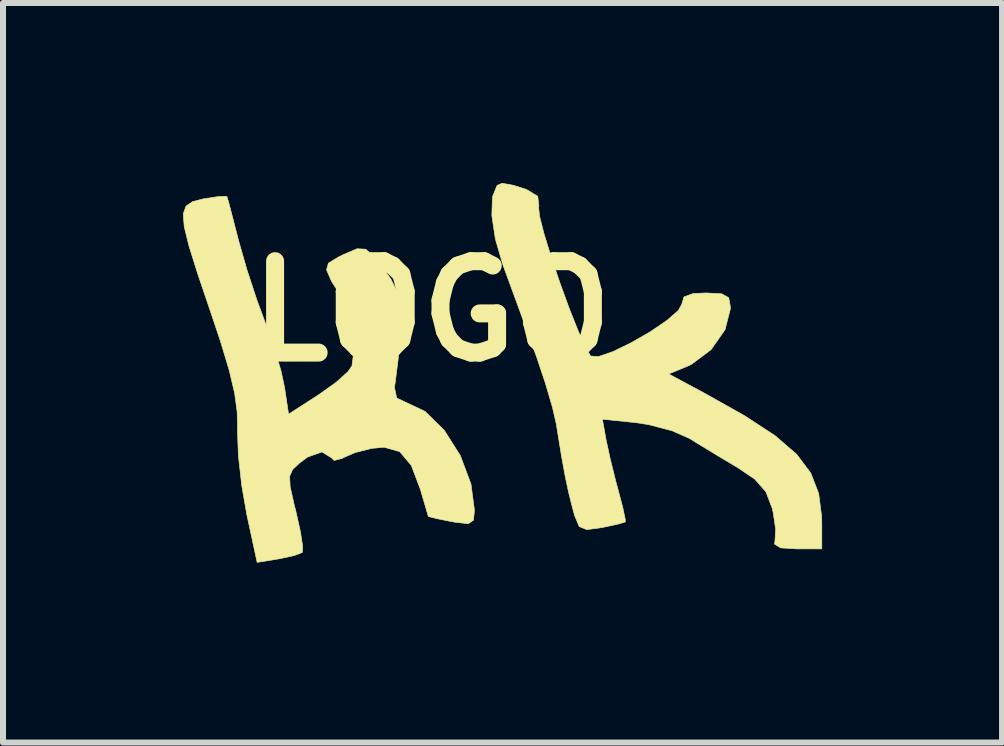
<source format=kicad_pcb>
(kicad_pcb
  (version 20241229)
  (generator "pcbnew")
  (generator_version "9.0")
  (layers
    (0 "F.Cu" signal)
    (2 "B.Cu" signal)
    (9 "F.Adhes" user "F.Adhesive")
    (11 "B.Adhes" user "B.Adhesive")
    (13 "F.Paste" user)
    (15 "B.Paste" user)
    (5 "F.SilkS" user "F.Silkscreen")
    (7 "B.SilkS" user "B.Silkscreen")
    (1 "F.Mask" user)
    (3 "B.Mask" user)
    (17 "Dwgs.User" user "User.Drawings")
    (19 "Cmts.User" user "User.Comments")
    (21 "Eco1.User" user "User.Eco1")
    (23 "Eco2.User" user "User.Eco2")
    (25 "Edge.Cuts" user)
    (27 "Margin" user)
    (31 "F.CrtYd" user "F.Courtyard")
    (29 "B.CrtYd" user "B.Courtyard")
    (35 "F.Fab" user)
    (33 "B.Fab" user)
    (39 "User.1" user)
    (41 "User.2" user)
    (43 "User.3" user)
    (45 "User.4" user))
  (footprint "LOGO"
    (layer "F.Cu")
    (at 4.149 2.139)
    (property "Reference" "LOGO" (at 0 0 0) (layer "F.SilkS") (effects (font (size 1.524 1.524) (thickness 0.3))))
    (attr through_hole)
    (fp_poly (pts (xy 1.364 -2.099) (xy 1.575 -2.032) (xy 1.766 -1.916) (xy 1.786 -1.755) (xy 1.781 -1.737) (xy 1.796 -1.585) (xy 1.871 -1.291) (xy 1.99 -0.905) (xy 2.136 -0.473) (xy 2.293 -0.043) (xy 2.444 0.337) (xy 2.572 0.621) (xy 2.649 0.747) (xy 2.778 0.756) (xy 3.02 0.673) (xy 3.324 0.525) (xy 3.641 0.343) (xy 3.92 0.153) (xy 4.111 -0.014) (xy 4.166 -0.114) (xy 4.205 -0.24) (xy 4.356 -0.295) (xy 4.572 -0.305) (xy 4.833 -0.291) (xy 4.95 -0.226) (xy 4.978 -0.072) (xy 4.978 -0.041) (xy 4.889 0.308) (xy 4.655 0.641) (xy 4.328 0.886) (xy 4.263 0.916) (xy 3.949 1.046) (xy 4.54 1.363) (xy 5.215 1.742) (xy 5.723 2.074) (xy 6.083 2.385) (xy 6.318 2.698) (xy 6.45 3.038) (xy 6.5 3.428) (xy 6.502 3.558) (xy 6.502 3.962) (xy 6.085 3.962) (xy 5.816 3.945) (xy 5.715 3.883) (xy 5.722 3.822) (xy 5.733 3.638) (xy 5.692 3.359) (xy 5.675 3.285) (xy 5.57 3.01) (xy 5.384 2.799) (xy 5.099 2.607) (xy 4.754 2.401) (xy 4.422 2.199) (xy 4.297 2.121) (xy 4.003 1.992) (xy 3.619 1.891) (xy 3.407 1.858) (xy 2.844 1.8) (xy 2.906 2.145) (xy 2.973 2.456) (xy 3.068 2.837) (xy 3.109 2.989) (xy 3.185 3.277) (xy 3.225 3.469) (xy 3.225 3.513) (xy 3.119 3.546) (xy 2.889 3.596) (xy 2.826 3.608) (xy 2.583 3.641) (xy 2.457 3.589) (xy 2.38 3.404) (xy 2.348 3.287) (xy 2.281 3.021) (xy 2.223 2.749) (xy 2.161 2.407) (xy 2.084 1.932) (xy 2.077 1.886) (xy 2.011 1.6) (xy 1.894 1.201) (xy 1.748 0.764) (xy 1.713 0.667) (xy 1.537 0.186) (xy 1.352 -0.319) (xy 1.196 -0.745) (xy 1.183 -0.78) (xy 1.059 -1.207) (xy 1.001 -1.597) (xy 1.011 -1.908) (xy 1.088 -2.097) (xy 1.173 -2.134) (xy 1.364 -2.099)) (stroke (width 0.01) (type solid)) (fill yes) (layer "F.SilkS"))
    (fp_poly (pts (xy -3.416 -1.912) (xy -3.384 -1.805) (xy -3.318 -1.553) (xy -3.23 -1.211) (xy -3.225 -1.191) (xy -3.086 -0.704) (xy -2.911 -0.172) (xy -2.787 0.161) (xy -2.638 0.576) (xy -2.515 0.99) (xy -2.455 1.27) (xy -2.388 1.716) (xy -1.88 1.388) (xy -1.599 1.188) (xy -1.398 1.008) (xy -1.331 0.911) (xy -1.3 0.673) (xy -1.302 0.373) (xy -1.331 0.082) (xy -1.38 -0.127) (xy -1.423 -0.187) (xy -1.541 -0.294) (xy -1.673 -0.501) (xy -1.755 -0.69) (xy -1.724 -0.802) (xy -1.546 -0.91) (xy -1.473 -0.945) (xy -1.245 -1.042) (xy -1.101 -1.034) (xy -0.954 -0.9) (xy -0.869 -0.801) (xy -0.682 -0.536) (xy -0.559 -0.284) (xy -0.549 -0.251) (xy -0.525 -0.006) (xy -0.53 0.366) (xy -0.56 0.792) (xy -0.611 1.196) (xy -0.624 1.266) (xy -0.585 1.447) (xy -0.457 1.507) (xy -0.112 1.67) (xy 0.209 1.986) (xy 0.475 2.406) (xy 0.653 2.88) (xy 0.711 3.317) (xy 0.695 3.484) (xy 0.609 3.542) (xy 0.395 3.519) (xy 0.33 3.507) (xy 0.085 3.458) (xy -0.05 3.424) (xy -0.058 3.42) (xy -0.087 3.322) (xy -0.154 3.095) (xy -0.188 2.976) (xy -0.342 2.57) (xy -0.535 2.341) (xy -0.796 2.267) (xy -1.006 2.287) (xy -1.282 2.358) (xy -1.476 2.442) (xy -1.49 2.452) (xy -1.629 2.488) (xy -1.673 2.443) (xy -1.832 2.346) (xy -2.071 2.431) (xy -2.202 2.528) (xy -2.32 2.638) (xy -2.371 2.752) (xy -2.361 2.929) (xy -2.294 3.228) (xy -2.265 3.341) (xy -2.191 3.673) (xy -2.153 3.92) (xy -2.158 4.021) (xy -2.285 4.071) (xy -2.525 4.124) (xy -2.561 4.13) (xy -2.912 4.187) (xy -3.085 3.386) (xy -3.169 2.904) (xy -3.225 2.402) (xy -3.24 1.987) (xy -3.239 1.979) (xy -3.245 1.679) (xy -3.288 1.362) (xy -3.378 0.982) (xy -3.525 0.495) (xy -3.693 -0.005) (xy -3.905 -0.63) (xy -4.049 -1.09) (xy -4.128 -1.412) (xy -4.144 -1.625) (xy -4.097 -1.754) (xy -3.989 -1.827) (xy -3.822 -1.871) (xy -3.8 -1.875) (xy -3.557 -1.912) (xy -3.423 -1.916) (xy -3.416 -1.912)) (stroke (width 0.01) (type solid)) (fill yes) (layer "F.SilkS")))
  (gr_rect
    (start -3 -3)
    (end 13.656 9.33)
    (stroke (width 0.1) (type default))
    (fill no)
    (layer "Edge.Cuts")))
</source>
